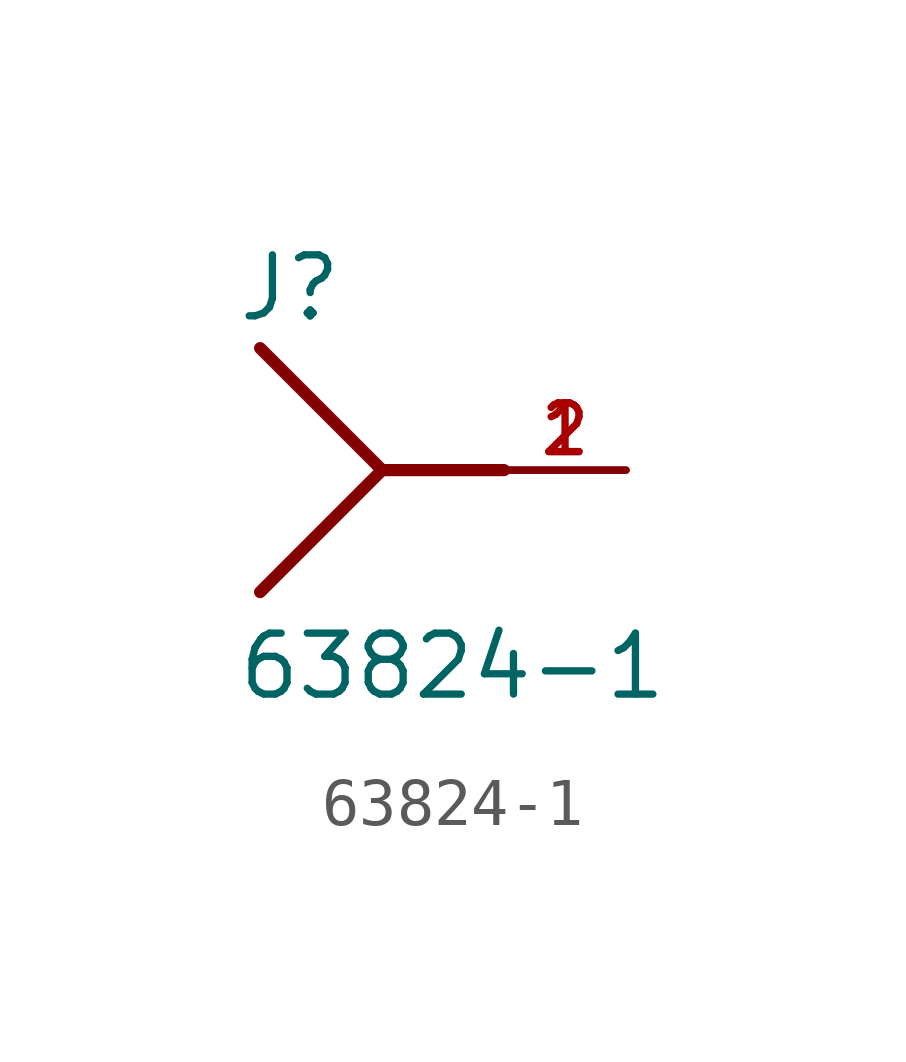
<source format=kicad_sym>
(kicad_symbol_lib
  (version 20211014)
  (generator kicad_symbol_editor)
  (symbol "63824-1"
    (pin_names
      (offset 1.016))
    (property "Reference" "J"
      (at -3.05 3.05 0)
      (effects (font (size 1.27 1.27)) (justify bottom left)))
    (property "Value" "63824-1"
      (at -3.049 -4.828 0)
      (effects (font (size 1.27 1.27)) (justify bottom left)))
    (symbol "63824-1_0_0"
      (polyline (pts (xy 2.54 0.0) (xy 0.0 0.0)) (stroke (width 0.254)))
      (polyline (pts (xy 0.0 0.0) (xy -2.54 2.54)) (stroke (width 0.254)))
      (polyline (pts (xy 0.0 0.0) (xy -2.54 -2.54)) (stroke (width 0.254)))
      (pin passive line (at 5.08 0.0 180.0) (length 2.54) (name "~" (effects (font (size 1.016 1.016)))) (number "1" (effects (font (size 1.016 1.016)))))
      (pin passive line (at 5.08 0.0 180.0) (length 2.54) (name "~" (effects (font (size 1.016 1.016)))) (number "2" (effects (font (size 1.016 1.016))))))))
</source>
